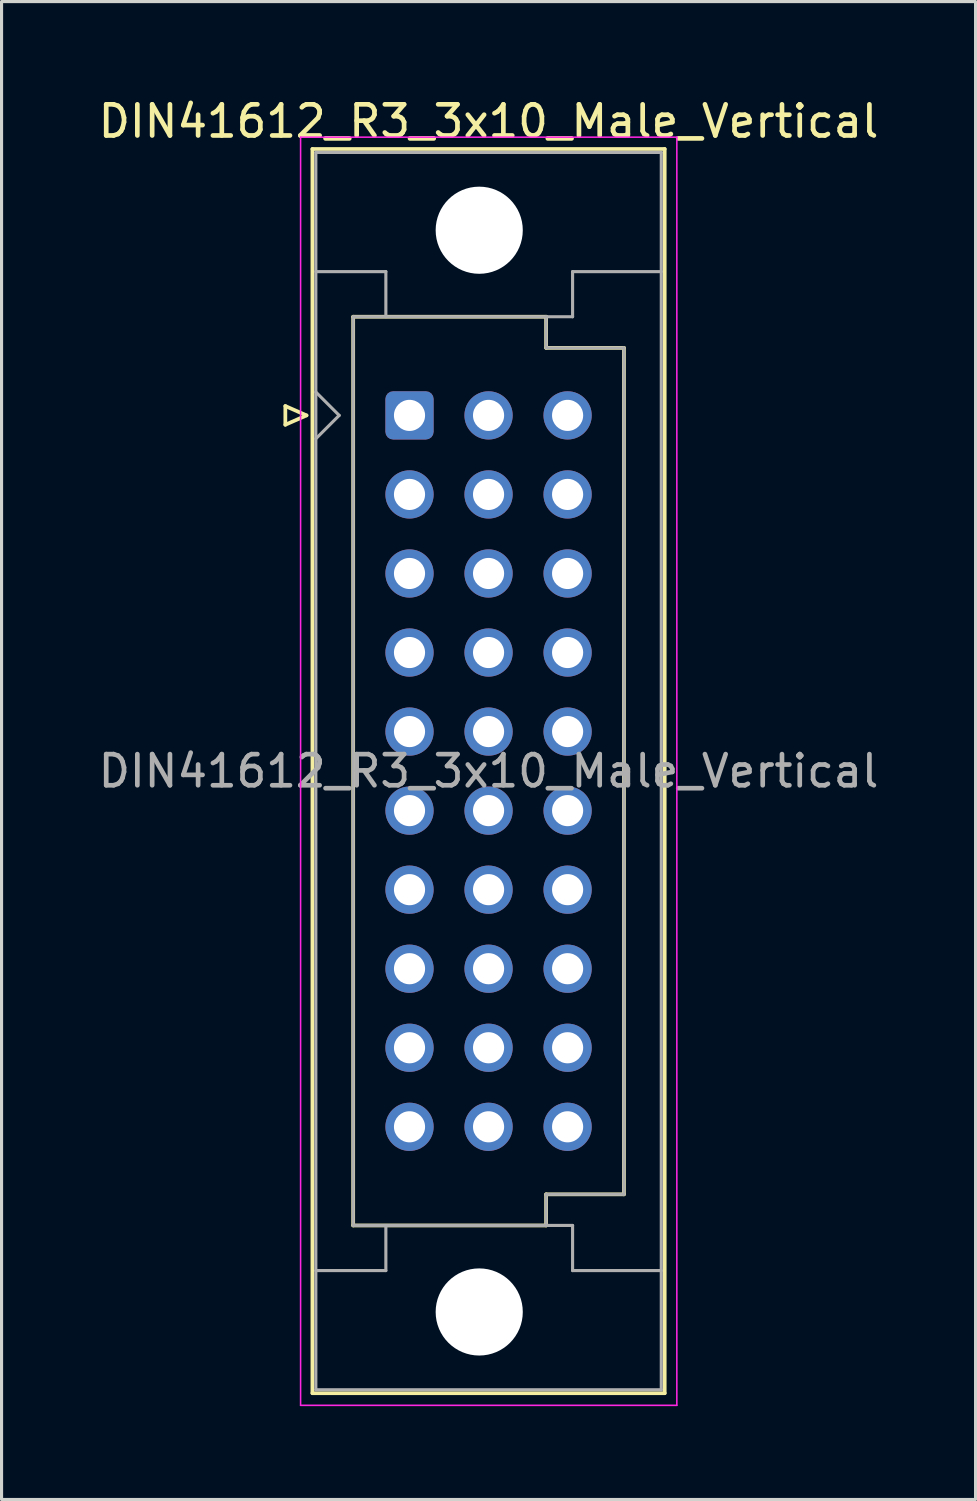
<source format=kicad_pcb>
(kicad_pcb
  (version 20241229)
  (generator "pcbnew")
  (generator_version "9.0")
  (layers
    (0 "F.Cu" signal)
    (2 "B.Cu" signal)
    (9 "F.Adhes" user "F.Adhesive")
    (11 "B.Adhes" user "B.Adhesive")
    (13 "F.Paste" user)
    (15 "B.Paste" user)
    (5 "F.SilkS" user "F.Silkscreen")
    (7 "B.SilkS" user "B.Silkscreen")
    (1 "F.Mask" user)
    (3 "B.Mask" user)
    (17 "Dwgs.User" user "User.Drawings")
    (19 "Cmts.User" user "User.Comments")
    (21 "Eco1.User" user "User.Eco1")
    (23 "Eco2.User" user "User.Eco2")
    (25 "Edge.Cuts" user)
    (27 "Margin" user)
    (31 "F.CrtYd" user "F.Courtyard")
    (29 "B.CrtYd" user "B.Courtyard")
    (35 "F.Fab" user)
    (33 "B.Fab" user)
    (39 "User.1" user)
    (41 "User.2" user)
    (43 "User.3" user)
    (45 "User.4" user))
  (footprint "DIN41612_R3_3x10_Male_Vertical"
    (layer "F.Cu")
    (at 10.109 10.298)
    (property "Reference" "DIN41612_R3_3x10_Male_Vertical" (at 2.54 -9.45 0) (layer "F.SilkS") (effects (font (size 1 1) (thickness 0.15))))
    (attr through_hole)
    (fp_line (start -3.99 -0.3) (end -3.99 0.3) (stroke (width 0.12) (type solid)) (layer "F.SilkS"))
    (fp_line (start -3.99 0.3) (end -3.31 0) (stroke (width 0.12) (type solid)) (layer "F.SilkS"))
    (fp_line (start -3.31 0) (end -3.99 -0.3) (stroke (width 0.12) (type solid)) (layer "F.SilkS"))
    (fp_line (start -3.12 -8.56) (end 8.2 -8.56) (stroke (width 0.12) (type solid)) (layer "F.SilkS"))
    (fp_line (start -3.12 31.42) (end -3.12 -8.56) (stroke (width 0.12) (type solid)) (layer "F.SilkS"))
    (fp_line (start -1.81 -3.17) (end 4.39 -3.17) (stroke (width 0.12) (type solid)) (layer "F.SilkS"))
    (fp_line (start -1.81 26.03) (end -1.81 -3.17) (stroke (width 0.12) (type solid)) (layer "F.SilkS"))
    (fp_line (start 4.39 -3.17) (end 4.39 -2.17) (stroke (width 0.12) (type solid)) (layer "F.SilkS"))
    (fp_line (start 4.39 -2.17) (end 6.89 -2.17) (stroke (width 0.12) (type solid)) (layer "F.SilkS"))
    (fp_line (start 4.39 25.03) (end 4.39 26.03) (stroke (width 0.12) (type solid)) (layer "F.SilkS"))
    (fp_line (start 4.39 26.03) (end -1.81 26.03) (stroke (width 0.12) (type solid)) (layer "F.SilkS"))
    (fp_line (start 6.89 -2.17) (end 6.89 25.03) (stroke (width 0.12) (type solid)) (layer "F.SilkS"))
    (fp_line (start 6.89 25.03) (end 4.39 25.03) (stroke (width 0.12) (type solid)) (layer "F.SilkS"))
    (fp_line (start 8.2 -8.56) (end 8.2 31.42) (stroke (width 0.12) (type solid)) (layer "F.SilkS"))
    (fp_line (start 8.2 31.42) (end -3.12 31.42) (stroke (width 0.12) (type solid)) (layer "F.SilkS"))
    (fp_line (start -3.5 -8.94) (end 8.59 -8.94) (stroke (width 0.05) (type solid)) (layer "F.CrtYd"))
    (fp_line (start -3.5 31.81) (end -3.5 -8.94) (stroke (width 0.05) (type solid)) (layer "F.CrtYd"))
    (fp_line (start 8.59 -8.94) (end 8.59 31.81) (stroke (width 0.05) (type solid)) (layer "F.CrtYd"))
    (fp_line (start 8.59 31.81) (end -3.5 31.81) (stroke (width 0.05) (type solid)) (layer "F.CrtYd"))
    (fp_line (start -3.01 -8.45) (end 8.09 -8.45) (stroke (width 0.1) (type solid)) (layer "F.Fab"))
    (fp_line (start -3.01 -4.62) (end -0.76 -4.62) (stroke (width 0.1) (type solid)) (layer "F.Fab"))
    (fp_line (start -3.01 -0.75) (end -2.26 0) (stroke (width 0.1) (type solid)) (layer "F.Fab"))
    (fp_line (start -3.01 27.48) (end -0.76 27.48) (stroke (width 0.1) (type solid)) (layer "F.Fab"))
    (fp_line (start -3.01 31.31) (end -3.01 -8.45) (stroke (width 0.1) (type solid)) (layer "F.Fab"))
    (fp_line (start -2.26 0) (end -3.01 0.75) (stroke (width 0.1) (type solid)) (layer "F.Fab"))
    (fp_line (start -1.81 -3.17) (end 4.39 -3.17) (stroke (width 0.1) (type solid)) (layer "F.Fab"))
    (fp_line (start -1.81 26.03) (end -1.81 -3.17) (stroke (width 0.1) (type solid)) (layer "F.Fab"))
    (fp_line (start -0.76 -4.62) (end -0.76 -3.17) (stroke (width 0.1) (type solid)) (layer "F.Fab"))
    (fp_line (start -0.76 27.48) (end -0.76 26.03) (stroke (width 0.1) (type solid)) (layer "F.Fab"))
    (fp_line (start 4.39 -3.17) (end 4.39 -2.17) (stroke (width 0.1) (type solid)) (layer "F.Fab"))
    (fp_line (start 4.39 -3.17) (end 5.24 -3.17) (stroke (width 0.1) (type solid)) (layer "F.Fab"))
    (fp_line (start 4.39 -2.17) (end 6.89 -2.17) (stroke (width 0.1) (type solid)) (layer "F.Fab"))
    (fp_line (start 4.39 25.03) (end 4.39 26.03) (stroke (width 0.1) (type solid)) (layer "F.Fab"))
    (fp_line (start 4.39 26.03) (end -1.81 26.03) (stroke (width 0.1) (type solid)) (layer "F.Fab"))
    (fp_line (start 4.39 26.03) (end 5.24 26.03) (stroke (width 0.1) (type solid)) (layer "F.Fab"))
    (fp_line (start 5.24 -4.62) (end 8.09 -4.62) (stroke (width 0.1) (type solid)) (layer "F.Fab"))
    (fp_line (start 5.24 -3.17) (end 5.24 -4.62) (stroke (width 0.1) (type solid)) (layer "F.Fab"))
    (fp_line (start 5.24 26.03) (end 5.24 27.48) (stroke (width 0.1) (type solid)) (layer "F.Fab"))
    (fp_line (start 5.24 27.48) (end 8.09 27.48) (stroke (width 0.1) (type solid)) (layer "F.Fab"))
    (fp_line (start 6.89 -2.17) (end 6.89 25.03) (stroke (width 0.1) (type solid)) (layer "F.Fab"))
    (fp_line (start 6.89 25.03) (end 4.39 25.03) (stroke (width 0.1) (type solid)) (layer "F.Fab"))
    (fp_line (start 8.09 -8.45) (end 8.09 31.31) (stroke (width 0.1) (type solid)) (layer "F.Fab"))
    (fp_line (start 8.09 31.31) (end -3.01 31.31) (stroke (width 0.1) (type solid)) (layer "F.Fab"))
    (fp_text user "${REFERENCE}" (at 2.54 11.43 0) (layer "F.Fab") (effects (font (size 1 1) (thickness 0.15))))
    (pad "" np_thru_hole circle (at 2.24 -5.95) (size 2.8 2.8) (drill 2.8) (layers "*.Cu" "*.Mask"))
    (pad "" np_thru_hole circle (at 2.24 28.81) (size 2.8 2.8) (drill 2.8) (layers "*.Cu" "*.Mask"))
    (pad "a1" thru_hole roundrect (at 0 0) (size 1.55 1.55) (drill 1) (layers "*.Cu" "*.Mask") (roundrect_rratio 0.161))
    (pad "a2" thru_hole circle (at 0 2.54) (size 1.55 1.55) (drill 1) (layers "*.Cu" "*.Mask"))
    (pad "a3" thru_hole circle (at 0 5.08) (size 1.55 1.55) (drill 1) (layers "*.Cu" "*.Mask"))
    (pad "a4" thru_hole circle (at 0 7.62) (size 1.55 1.55) (drill 1) (layers "*.Cu" "*.Mask"))
    (pad "a5" thru_hole circle (at 0 10.16) (size 1.55 1.55) (drill 1) (layers "*.Cu" "*.Mask"))
    (pad "a6" thru_hole circle (at 0 12.7) (size 1.55 1.55) (drill 1) (layers "*.Cu" "*.Mask"))
    (pad "a7" thru_hole circle (at 0 15.24) (size 1.55 1.55) (drill 1) (layers "*.Cu" "*.Mask"))
    (pad "a8" thru_hole circle (at 0 17.78) (size 1.55 1.55) (drill 1) (layers "*.Cu" "*.Mask"))
    (pad "a9" thru_hole circle (at 0 20.32) (size 1.55 1.55) (drill 1) (layers "*.Cu" "*.Mask"))
    (pad "a10" thru_hole circle (at 0 22.86) (size 1.55 1.55) (drill 1) (layers "*.Cu" "*.Mask"))
    (pad "b1" thru_hole circle (at 2.54 0) (size 1.55 1.55) (drill 1) (layers "*.Cu" "*.Mask"))
    (pad "b2" thru_hole circle (at 2.54 2.54) (size 1.55 1.55) (drill 1) (layers "*.Cu" "*.Mask"))
    (pad "b3" thru_hole circle (at 2.54 5.08) (size 1.55 1.55) (drill 1) (layers "*.Cu" "*.Mask"))
    (pad "b4" thru_hole circle (at 2.54 7.62) (size 1.55 1.55) (drill 1) (layers "*.Cu" "*.Mask"))
    (pad "b5" thru_hole circle (at 2.54 10.16) (size 1.55 1.55) (drill 1) (layers "*.Cu" "*.Mask"))
    (pad "b6" thru_hole circle (at 2.54 12.7) (size 1.55 1.55) (drill 1) (layers "*.Cu" "*.Mask"))
    (pad "b7" thru_hole circle (at 2.54 15.24) (size 1.55 1.55) (drill 1) (layers "*.Cu" "*.Mask"))
    (pad "b8" thru_hole circle (at 2.54 17.78) (size 1.55 1.55) (drill 1) (layers "*.Cu" "*.Mask"))
    (pad "b9" thru_hole circle (at 2.54 20.32) (size 1.55 1.55) (drill 1) (layers "*.Cu" "*.Mask"))
    (pad "b10" thru_hole circle (at 2.54 22.86) (size 1.55 1.55) (drill 1) (layers "*.Cu" "*.Mask"))
    (pad "c1" thru_hole circle (at 5.08 0) (size 1.55 1.55) (drill 1) (layers "*.Cu" "*.Mask"))
    (pad "c2" thru_hole circle (at 5.08 2.54) (size 1.55 1.55) (drill 1) (layers "*.Cu" "*.Mask"))
    (pad "c3" thru_hole circle (at 5.08 5.08) (size 1.55 1.55) (drill 1) (layers "*.Cu" "*.Mask"))
    (pad "c4" thru_hole circle (at 5.08 7.62) (size 1.55 1.55) (drill 1) (layers "*.Cu" "*.Mask"))
    (pad "c5" thru_hole circle (at 5.08 10.16) (size 1.55 1.55) (drill 1) (layers "*.Cu" "*.Mask"))
    (pad "c6" thru_hole circle (at 5.08 12.7) (size 1.55 1.55) (drill 1) (layers "*.Cu" "*.Mask"))
    (pad "c7" thru_hole circle (at 5.08 15.24) (size 1.55 1.55) (drill 1) (layers "*.Cu" "*.Mask"))
    (pad "c8" thru_hole circle (at 5.08 17.78) (size 1.55 1.55) (drill 1) (layers "*.Cu" "*.Mask"))
    (pad "c9" thru_hole circle (at 5.08 20.32) (size 1.55 1.55) (drill 1) (layers "*.Cu" "*.Mask"))
    (pad "c10" thru_hole circle (at 5.08 22.86) (size 1.55 1.55) (drill 1) (layers "*.Cu" "*.Mask")))
  (gr_rect
    (start -3 -3)
    (end 28.298 45.133)
    (stroke (width 0.1) (type default))
    (fill no)
    (layer "Edge.Cuts")))
</source>
